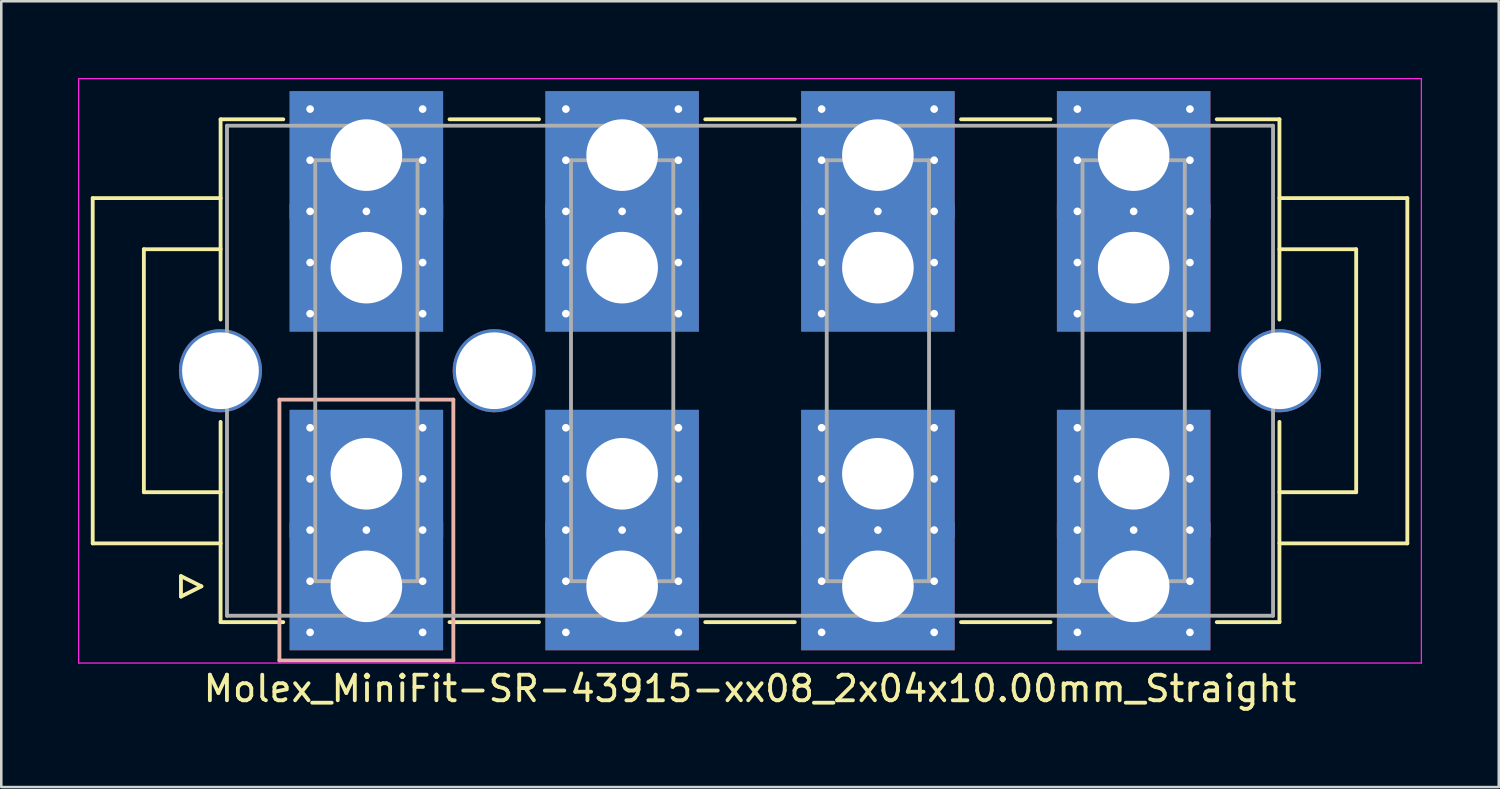
<source format=kicad_pcb>
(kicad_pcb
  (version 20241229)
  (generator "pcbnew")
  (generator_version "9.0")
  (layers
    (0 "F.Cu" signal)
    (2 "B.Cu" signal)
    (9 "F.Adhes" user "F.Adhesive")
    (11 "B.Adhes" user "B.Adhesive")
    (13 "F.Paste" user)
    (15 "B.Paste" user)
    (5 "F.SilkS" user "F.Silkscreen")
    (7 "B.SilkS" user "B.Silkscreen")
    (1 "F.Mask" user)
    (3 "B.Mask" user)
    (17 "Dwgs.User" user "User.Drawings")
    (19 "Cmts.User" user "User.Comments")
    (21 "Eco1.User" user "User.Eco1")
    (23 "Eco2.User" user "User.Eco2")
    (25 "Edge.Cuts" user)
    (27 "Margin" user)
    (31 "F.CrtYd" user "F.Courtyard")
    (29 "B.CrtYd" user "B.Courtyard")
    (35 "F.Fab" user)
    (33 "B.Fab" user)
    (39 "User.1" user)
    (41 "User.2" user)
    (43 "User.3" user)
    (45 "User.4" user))
  (footprint "Molex_MiniFit-SR-43915-xx08_2x04x10.00mm_Straight"
    (layer "F.Cu")
    (at 11.275 19.875)
    (property "Reference" "Molex_MiniFit-SR-43915-xx08_2x04x10.00mm_Straight" (at 15 4 0) (layer "F.SilkS") (effects (font (size 1 1) (thickness 0.15))))
    (attr through_hole)
    (fp_line (start -10.7 -15.18) (end -10.7 -1.68) (stroke (width 0.15) (type solid)) (layer "F.SilkS"))
    (fp_line (start -10.7 -1.68) (end -5.7 -1.68) (stroke (width 0.15) (type solid)) (layer "F.SilkS"))
    (fp_line (start -8.7 -13.18) (end -8.7 -3.68) (stroke (width 0.15) (type solid)) (layer "F.SilkS"))
    (fp_line (start -8.7 -3.68) (end -5.7 -3.68) (stroke (width 0.15) (type solid)) (layer "F.SilkS"))
    (fp_line (start -7.25 -0.4) (end -7.25 0.4) (stroke (width 0.15) (type solid)) (layer "F.SilkS"))
    (fp_line (start -7.25 0.4) (end -6.45 0) (stroke (width 0.15) (type solid)) (layer "F.SilkS"))
    (fp_line (start -6.45 0) (end -7.25 -0.4) (stroke (width 0.15) (type solid)) (layer "F.SilkS"))
    (fp_line (start -5.7 -18.26) (end -5.7 -10.43) (stroke (width 0.15) (type solid)) (layer "F.SilkS"))
    (fp_line (start -5.7 -15.18) (end -10.7 -15.18) (stroke (width 0.15) (type solid)) (layer "F.SilkS"))
    (fp_line (start -5.7 -13.18) (end -8.7 -13.18) (stroke (width 0.15) (type solid)) (layer "F.SilkS"))
    (fp_line (start -5.7 1.4) (end -5.7 -6.43) (stroke (width 0.15) (type solid)) (layer "F.SilkS"))
    (fp_line (start -3.25 -18.26) (end -5.7 -18.26) (stroke (width 0.15) (type solid)) (layer "F.SilkS"))
    (fp_line (start -3.25 1.4) (end -5.7 1.4) (stroke (width 0.15) (type solid)) (layer "F.SilkS"))
    (fp_line (start 3.25 -18.26) (end 6.75 -18.26) (stroke (width 0.15) (type solid)) (layer "F.SilkS"))
    (fp_line (start 3.25 1.4) (end 6.75 1.4) (stroke (width 0.15) (type solid)) (layer "F.SilkS"))
    (fp_line (start 13.25 -18.26) (end 16.75 -18.26) (stroke (width 0.15) (type solid)) (layer "F.SilkS"))
    (fp_line (start 13.25 1.4) (end 16.75 1.4) (stroke (width 0.15) (type solid)) (layer "F.SilkS"))
    (fp_line (start 23.25 -18.26) (end 26.75 -18.26) (stroke (width 0.15) (type solid)) (layer "F.SilkS"))
    (fp_line (start 23.25 1.4) (end 26.75 1.4) (stroke (width 0.15) (type solid)) (layer "F.SilkS"))
    (fp_line (start 33.25 -18.26) (end 35.7 -18.26) (stroke (width 0.15) (type solid)) (layer "F.SilkS"))
    (fp_line (start 33.25 1.4) (end 35.7 1.4) (stroke (width 0.15) (type solid)) (layer "F.SilkS"))
    (fp_line (start 35.7 -18.26) (end 35.7 -10.43) (stroke (width 0.15) (type solid)) (layer "F.SilkS"))
    (fp_line (start 35.7 -15.18) (end 40.7 -15.18) (stroke (width 0.15) (type solid)) (layer "F.SilkS"))
    (fp_line (start 35.7 -13.18) (end 38.7 -13.18) (stroke (width 0.15) (type solid)) (layer "F.SilkS"))
    (fp_line (start 35.7 1.4) (end 35.7 -6.43) (stroke (width 0.15) (type solid)) (layer "F.SilkS"))
    (fp_line (start 38.7 -13.18) (end 38.7 -3.68) (stroke (width 0.15) (type solid)) (layer "F.SilkS"))
    (fp_line (start 38.7 -3.68) (end 35.7 -3.68) (stroke (width 0.15) (type solid)) (layer "F.SilkS"))
    (fp_line (start 40.7 -15.18) (end 40.7 -1.68) (stroke (width 0.15) (type solid)) (layer "F.SilkS"))
    (fp_line (start 40.7 -1.68) (end 35.7 -1.68) (stroke (width 0.15) (type solid)) (layer "F.SilkS"))
    (fp_line (start -3.4 -7.3) (end -3.4 2.9) (stroke (width 0.15) (type solid)) (layer "B.SilkS"))
    (fp_line (start -3.4 2.9) (end 3.4 2.9) (stroke (width 0.15) (type solid)) (layer "B.SilkS"))
    (fp_line (start 3.4 -7.3) (end -3.4 -7.3) (stroke (width 0.15) (type solid)) (layer "B.SilkS"))
    (fp_line (start 3.4 2.9) (end 3.4 -7.3) (stroke (width 0.15) (type solid)) (layer "B.SilkS"))
    (fp_line (start -11.25 -19.85) (end -11.25 3) (stroke (width 0.05) (type solid)) (layer "F.CrtYd"))
    (fp_line (start -11.25 3) (end 41.25 3) (stroke (width 0.05) (type solid)) (layer "F.CrtYd"))
    (fp_line (start 41.25 -19.85) (end -11.25 -19.85) (stroke (width 0.05) (type solid)) (layer "F.CrtYd"))
    (fp_line (start 41.25 3) (end 41.25 -19.85) (stroke (width 0.05) (type solid)) (layer "F.CrtYd"))
    (fp_line (start -5.45 -18.01) (end -5.45 1.15) (stroke (width 0.15) (type solid)) (layer "F.Fab"))
    (fp_line (start -5.45 1.15) (end 35.45 1.15) (stroke (width 0.15) (type solid)) (layer "F.Fab"))
    (fp_line (start -2 -16.66) (end -2 -0.2) (stroke (width 0.15) (type solid)) (layer "F.Fab"))
    (fp_line (start -2 -0.2) (end 2 -0.2) (stroke (width 0.15) (type solid)) (layer "F.Fab"))
    (fp_line (start 2 -16.66) (end -2 -16.66) (stroke (width 0.15) (type solid)) (layer "F.Fab"))
    (fp_line (start 2 -0.2) (end 2 -16.66) (stroke (width 0.15) (type solid)) (layer "F.Fab"))
    (fp_line (start 8 -16.66) (end 8 -0.2) (stroke (width 0.15) (type solid)) (layer "F.Fab"))
    (fp_line (start 8 -0.2) (end 12 -0.2) (stroke (width 0.15) (type solid)) (layer "F.Fab"))
    (fp_line (start 12 -16.66) (end 8 -16.66) (stroke (width 0.15) (type solid)) (layer "F.Fab"))
    (fp_line (start 12 -0.2) (end 12 -16.66) (stroke (width 0.15) (type solid)) (layer "F.Fab"))
    (fp_line (start 18 -16.66) (end 18 -0.2) (stroke (width 0.15) (type solid)) (layer "F.Fab"))
    (fp_line (start 18 -0.2) (end 22 -0.2) (stroke (width 0.15) (type solid)) (layer "F.Fab"))
    (fp_line (start 22 -16.66) (end 18 -16.66) (stroke (width 0.15) (type solid)) (layer "F.Fab"))
    (fp_line (start 22 -0.2) (end 22 -16.66) (stroke (width 0.15) (type solid)) (layer "F.Fab"))
    (fp_line (start 28 -16.66) (end 28 -0.2) (stroke (width 0.15) (type solid)) (layer "F.Fab"))
    (fp_line (start 28 -0.2) (end 32 -0.2) (stroke (width 0.15) (type solid)) (layer "F.Fab"))
    (fp_line (start 32 -16.66) (end 28 -16.66) (stroke (width 0.15) (type solid)) (layer "F.Fab"))
    (fp_line (start 32 -0.2) (end 32 -16.66) (stroke (width 0.15) (type solid)) (layer "F.Fab"))
    (fp_line (start 35.45 -18.01) (end -5.45 -18.01) (stroke (width 0.15) (type solid)) (layer "F.Fab"))
    (fp_line (start 35.45 1.15) (end 35.45 -18.01) (stroke (width 0.15) (type solid)) (layer "F.Fab"))
    (pad "" thru_hole circle (at -5.705 -8.43) (size 3.25 3.25) (drill 3) (layers "*.Cu" "*.Mask"))
    (pad "" thru_hole circle (at 0 -14.66) (size 0.5 0.5) (drill 0.3) (layers "*.Cu" "B.Mask"))
    (pad "" thru_hole circle (at 0 -2.2) (size 0.5 0.5) (drill 0.3) (layers "*.Cu" "B.Mask"))
    (pad "" thru_hole circle (at 5 -8.43) (size 3.25 3.25) (drill 3) (layers "*.Cu" "*.Mask"))
    (pad "" thru_hole circle (at 10 -14.66) (size 0.5 0.5) (drill 0.3) (layers "*.Cu" "B.Mask"))
    (pad "" thru_hole circle (at 10 -2.2) (size 0.5 0.5) (drill 0.3) (layers "*.Cu" "B.Mask"))
    (pad "" thru_hole circle (at 20 -14.66) (size 0.5 0.5) (drill 0.3) (layers "*.Cu" "B.Mask"))
    (pad "" thru_hole circle (at 20 -2.2) (size 0.5 0.5) (drill 0.3) (layers "*.Cu" "B.Mask"))
    (pad "" thru_hole circle (at 30 -14.66) (size 0.5 0.5) (drill 0.3) (layers "*.Cu" "B.Mask"))
    (pad "" thru_hole circle (at 30 -2.2) (size 0.5 0.5) (drill 0.3) (layers "*.Cu" "B.Mask"))
    (pad "" thru_hole circle (at 35.705 -8.43) (size 3.25 3.25) (drill 3) (layers "*.Cu" "*.Mask"))
    (pad "1" thru_hole rect (at -2.2 -6.2) (size 0.5 0.5) (drill 0.3) (layers "*.Cu" "B.Mask"))
    (pad "1" thru_hole rect (at -2.2 -4.2) (size 0.5 0.5) (drill 0.3) (layers "*.Cu" "B.Mask"))
    (pad "1" thru_hole rect (at -2.2 -2.2) (size 0.5 0.5) (drill 0.3) (layers "*.Cu" "B.Mask"))
    (pad "1" thru_hole rect (at -2.2 -0.2) (size 0.5 0.5) (drill 0.3) (layers "*.Cu" "B.Mask"))
    (pad "1" thru_hole rect (at -2.2 1.8) (size 0.5 0.5) (drill 0.3) (layers "*.Cu" "B.Mask"))
    (pad "1" thru_hole rect (at 0 -4.4) (size 6 5) (drill 2.8) (layers "*.Cu" "B.Mask"))
    (pad "1" thru_hole rect (at 0 0) (size 6 5) (drill 2.8) (layers "*.Cu" "B.Mask"))
    (pad "1" thru_hole rect (at 2.2 -6.2) (size 0.5 0.5) (drill 0.3) (layers "*.Cu" "B.Mask"))
    (pad "1" thru_hole rect (at 2.2 -4.2) (size 0.5 0.5) (drill 0.3) (layers "*.Cu" "B.Mask"))
    (pad "1" thru_hole rect (at 2.2 -2.2) (size 0.5 0.5) (drill 0.3) (layers "*.Cu" "B.Mask"))
    (pad "1" thru_hole rect (at 2.2 -0.2) (size 0.5 0.5) (drill 0.3) (layers "*.Cu" "B.Mask"))
    (pad "1" thru_hole rect (at 2.2 1.8) (size 0.5 0.5) (drill 0.3) (layers "*.Cu" "B.Mask"))
    (pad "2" thru_hole circle (at 7.8 -6.2) (size 0.5 0.5) (drill 0.3) (layers "*.Cu" "B.Mask"))
    (pad "2" thru_hole circle (at 7.8 -4.2) (size 0.5 0.5) (drill 0.3) (layers "*.Cu" "B.Mask"))
    (pad "2" thru_hole circle (at 7.8 -2.2) (size 0.5 0.5) (drill 0.3) (layers "*.Cu" "B.Mask"))
    (pad "2" thru_hole circle (at 7.8 -0.2) (size 0.5 0.5) (drill 0.3) (layers "*.Cu" "B.Mask"))
    (pad "2" thru_hole circle (at 7.8 1.8) (size 0.5 0.5) (drill 0.3) (layers "*.Cu" "B.Mask"))
    (pad "2" thru_hole rect (at 10 -4.4) (size 6 5) (drill 2.8) (layers "*.Cu" "B.Mask"))
    (pad "2" thru_hole rect (at 10 0) (size 6 5) (drill 2.8) (layers "*.Cu" "B.Mask"))
    (pad "2" thru_hole circle (at 12.2 -6.2) (size 0.5 0.5) (drill 0.3) (layers "*.Cu" "B.Mask"))
    (pad "2" thru_hole circle (at 12.2 -4.2) (size 0.5 0.5) (drill 0.3) (layers "*.Cu" "B.Mask"))
    (pad "2" thru_hole circle (at 12.2 -2.2) (size 0.5 0.5) (drill 0.3) (layers "*.Cu" "B.Mask"))
    (pad "2" thru_hole circle (at 12.2 -0.2) (size 0.5 0.5) (drill 0.3) (layers "*.Cu" "B.Mask"))
    (pad "2" thru_hole circle (at 12.2 1.8) (size 0.5 0.5) (drill 0.3) (layers "*.Cu" "B.Mask"))
    (pad "3" thru_hole circle (at 17.8 -6.2) (size 0.5 0.5) (drill 0.3) (layers "*.Cu" "B.Mask"))
    (pad "3" thru_hole circle (at 17.8 -4.2) (size 0.5 0.5) (drill 0.3) (layers "*.Cu" "B.Mask"))
    (pad "3" thru_hole circle (at 17.8 -2.2) (size 0.5 0.5) (drill 0.3) (layers "*.Cu" "B.Mask"))
    (pad "3" thru_hole circle (at 17.8 -0.2) (size 0.5 0.5) (drill 0.3) (layers "*.Cu" "B.Mask"))
    (pad "3" thru_hole circle (at 17.8 1.8) (size 0.5 0.5) (drill 0.3) (layers "*.Cu" "B.Mask"))
    (pad "3" thru_hole rect (at 20 -4.4) (size 6 5) (drill 2.8) (layers "*.Cu" "B.Mask"))
    (pad "3" thru_hole rect (at 20 0) (size 6 5) (drill 2.8) (layers "*.Cu" "B.Mask"))
    (pad "3" thru_hole circle (at 22.2 -6.2) (size 0.5 0.5) (drill 0.3) (layers "*.Cu" "B.Mask"))
    (pad "3" thru_hole circle (at 22.2 -4.2) (size 0.5 0.5) (drill 0.3) (layers "*.Cu" "B.Mask"))
    (pad "3" thru_hole circle (at 22.2 -2.2) (size 0.5 0.5) (drill 0.3) (layers "*.Cu" "B.Mask"))
    (pad "3" thru_hole circle (at 22.2 -0.2) (size 0.5 0.5) (drill 0.3) (layers "*.Cu" "B.Mask"))
    (pad "3" thru_hole circle (at 22.2 1.8) (size 0.5 0.5) (drill 0.3) (layers "*.Cu" "B.Mask"))
    (pad "4" thru_hole circle (at 27.8 -6.2) (size 0.5 0.5) (drill 0.3) (layers "*.Cu" "B.Mask"))
    (pad "4" thru_hole circle (at 27.8 -4.2) (size 0.5 0.5) (drill 0.3) (layers "*.Cu" "B.Mask"))
    (pad "4" thru_hole circle (at 27.8 -2.2) (size 0.5 0.5) (drill 0.3) (layers "*.Cu" "B.Mask"))
    (pad "4" thru_hole circle (at 27.8 -0.2) (size 0.5 0.5) (drill 0.3) (layers "*.Cu" "B.Mask"))
    (pad "4" thru_hole circle (at 27.8 1.8) (size 0.5 0.5) (drill 0.3) (layers "*.Cu" "B.Mask"))
    (pad "4" thru_hole rect (at 30 -4.4) (size 6 5) (drill 2.8) (layers "*.Cu" "B.Mask"))
    (pad "4" thru_hole rect (at 30 0) (size 6 5) (drill 2.8) (layers "*.Cu" "B.Mask"))
    (pad "4" thru_hole circle (at 32.2 -6.2) (size 0.5 0.5) (drill 0.3) (layers "*.Cu" "B.Mask"))
    (pad "4" thru_hole circle (at 32.2 -4.2) (size 0.5 0.5) (drill 0.3) (layers "*.Cu" "B.Mask"))
    (pad "4" thru_hole circle (at 32.2 -2.2) (size 0.5 0.5) (drill 0.3) (layers "*.Cu" "B.Mask"))
    (pad "4" thru_hole circle (at 32.2 -0.2) (size 0.5 0.5) (drill 0.3) (layers "*.Cu" "B.Mask"))
    (pad "4" thru_hole circle (at 32.2 1.8) (size 0.5 0.5) (drill 0.3) (layers "*.Cu" "B.Mask"))
    (pad "5" thru_hole circle (at -2.2 -18.66) (size 0.5 0.5) (drill 0.3) (layers "*.Cu" "B.Mask"))
    (pad "5" thru_hole circle (at -2.2 -16.66) (size 0.5 0.5) (drill 0.3) (layers "*.Cu" "B.Mask"))
    (pad "5" thru_hole circle (at -2.2 -14.66) (size 0.5 0.5) (drill 0.3) (layers "*.Cu" "B.Mask"))
    (pad "5" thru_hole circle (at -2.2 -12.66) (size 0.5 0.5) (drill 0.3) (layers "*.Cu" "B.Mask"))
    (pad "5" thru_hole circle (at -2.2 -10.66) (size 0.5 0.5) (drill 0.3) (layers "*.Cu" "B.Mask"))
    (pad "5" thru_hole rect (at 0 -16.86) (size 6 5) (drill 2.8) (layers "*.Cu" "B.Mask"))
    (pad "5" thru_hole rect (at 0 -12.46) (size 6 5) (drill 2.8) (layers "*.Cu" "B.Mask"))
    (pad "5" thru_hole circle (at 2.2 -18.66) (size 0.5 0.5) (drill 0.3) (layers "*.Cu" "B.Mask"))
    (pad "5" thru_hole circle (at 2.2 -16.66) (size 0.5 0.5) (drill 0.3) (layers "*.Cu" "B.Mask"))
    (pad "5" thru_hole circle (at 2.2 -14.66) (size 0.5 0.5) (drill 0.3) (layers "*.Cu" "B.Mask"))
    (pad "5" thru_hole circle (at 2.2 -12.66) (size 0.5 0.5) (drill 0.3) (layers "*.Cu" "B.Mask"))
    (pad "5" thru_hole circle (at 2.2 -10.66) (size 0.5 0.5) (drill 0.3) (layers "*.Cu" "B.Mask"))
    (pad "6" thru_hole circle (at 7.8 -18.66) (size 0.5 0.5) (drill 0.3) (layers "*.Cu" "B.Mask"))
    (pad "6" thru_hole circle (at 7.8 -16.66) (size 0.5 0.5) (drill 0.3) (layers "*.Cu" "B.Mask"))
    (pad "6" thru_hole circle (at 7.8 -14.66) (size 0.5 0.5) (drill 0.3) (layers "*.Cu" "B.Mask"))
    (pad "6" thru_hole circle (at 7.8 -12.66) (size 0.5 0.5) (drill 0.3) (layers "*.Cu" "B.Mask"))
    (pad "6" thru_hole circle (at 7.8 -10.66) (size 0.5 0.5) (drill 0.3) (layers "*.Cu" "B.Mask"))
    (pad "6" thru_hole rect (at 10 -16.86) (size 6 5) (drill 2.8) (layers "*.Cu" "B.Mask"))
    (pad "6" thru_hole rect (at 10 -12.46) (size 6 5) (drill 2.8) (layers "*.Cu" "B.Mask"))
    (pad "6" thru_hole circle (at 12.2 -18.66) (size 0.5 0.5) (drill 0.3) (layers "*.Cu" "B.Mask"))
    (pad "6" thru_hole circle (at 12.2 -16.66) (size 0.5 0.5) (drill 0.3) (layers "*.Cu" "B.Mask"))
    (pad "6" thru_hole circle (at 12.2 -14.66) (size 0.5 0.5) (drill 0.3) (layers "*.Cu" "B.Mask"))
    (pad "6" thru_hole circle (at 12.2 -12.66) (size 0.5 0.5) (drill 0.3) (layers "*.Cu" "B.Mask"))
    (pad "6" thru_hole circle (at 12.2 -10.66) (size 0.5 0.5) (drill 0.3) (layers "*.Cu" "B.Mask"))
    (pad "7" thru_hole circle (at 17.8 -18.66) (size 0.5 0.5) (drill 0.3) (layers "*.Cu" "B.Mask"))
    (pad "7" thru_hole circle (at 17.8 -16.66) (size 0.5 0.5) (drill 0.3) (layers "*.Cu" "B.Mask"))
    (pad "7" thru_hole circle (at 17.8 -14.66) (size 0.5 0.5) (drill 0.3) (layers "*.Cu" "B.Mask"))
    (pad "7" thru_hole circle (at 17.8 -12.66) (size 0.5 0.5) (drill 0.3) (layers "*.Cu" "B.Mask"))
    (pad "7" thru_hole circle (at 17.8 -10.66) (size 0.5 0.5) (drill 0.3) (layers "*.Cu" "B.Mask"))
    (pad "7" thru_hole rect (at 20 -16.86) (size 6 5) (drill 2.8) (layers "*.Cu" "B.Mask"))
    (pad "7" thru_hole rect (at 20 -12.46) (size 6 5) (drill 2.8) (layers "*.Cu" "B.Mask"))
    (pad "7" thru_hole circle (at 22.2 -18.66) (size 0.5 0.5) (drill 0.3) (layers "*.Cu" "B.Mask"))
    (pad "7" thru_hole circle (at 22.2 -16.66) (size 0.5 0.5) (drill 0.3) (layers "*.Cu" "B.Mask"))
    (pad "7" thru_hole circle (at 22.2 -14.66) (size 0.5 0.5) (drill 0.3) (layers "*.Cu" "B.Mask"))
    (pad "7" thru_hole circle (at 22.2 -12.66) (size 0.5 0.5) (drill 0.3) (layers "*.Cu" "B.Mask"))
    (pad "7" thru_hole circle (at 22.2 -10.66) (size 0.5 0.5) (drill 0.3) (layers "*.Cu" "B.Mask"))
    (pad "8" thru_hole circle (at 27.8 -18.66) (size 0.5 0.5) (drill 0.3) (layers "*.Cu" "B.Mask"))
    (pad "8" thru_hole circle (at 27.8 -16.66) (size 0.5 0.5) (drill 0.3) (layers "*.Cu" "B.Mask"))
    (pad "8" thru_hole circle (at 27.8 -14.66) (size 0.5 0.5) (drill 0.3) (layers "*.Cu" "B.Mask"))
    (pad "8" thru_hole circle (at 27.8 -12.66) (size 0.5 0.5) (drill 0.3) (layers "*.Cu" "B.Mask"))
    (pad "8" thru_hole circle (at 27.8 -10.66) (size 0.5 0.5) (drill 0.3) (layers "*.Cu" "B.Mask"))
    (pad "8" thru_hole rect (at 30 -16.86) (size 6 5) (drill 2.8) (layers "*.Cu" "B.Mask"))
    (pad "8" thru_hole rect (at 30 -12.46) (size 6 5) (drill 2.8) (layers "*.Cu" "B.Mask"))
    (pad "8" thru_hole circle (at 32.2 -18.66) (size 0.5 0.5) (drill 0.3) (layers "*.Cu" "B.Mask"))
    (pad "8" thru_hole circle (at 32.2 -16.66) (size 0.5 0.5) (drill 0.3) (layers "*.Cu" "B.Mask"))
    (pad "8" thru_hole circle (at 32.2 -14.66) (size 0.5 0.5) (drill 0.3) (layers "*.Cu" "B.Mask"))
    (pad "8" thru_hole circle (at 32.2 -12.66) (size 0.5 0.5) (drill 0.3) (layers "*.Cu" "B.Mask"))
    (pad "8" thru_hole circle (at 32.2 -10.66) (size 0.5 0.5) (drill 0.3) (layers "*.Cu" "B.Mask")))
  (gr_rect
    (start -3 -3)
    (end 55.55 27.723)
    (stroke (width 0.1) (type default))
    (fill no)
    (layer "Edge.Cuts")))
</source>
